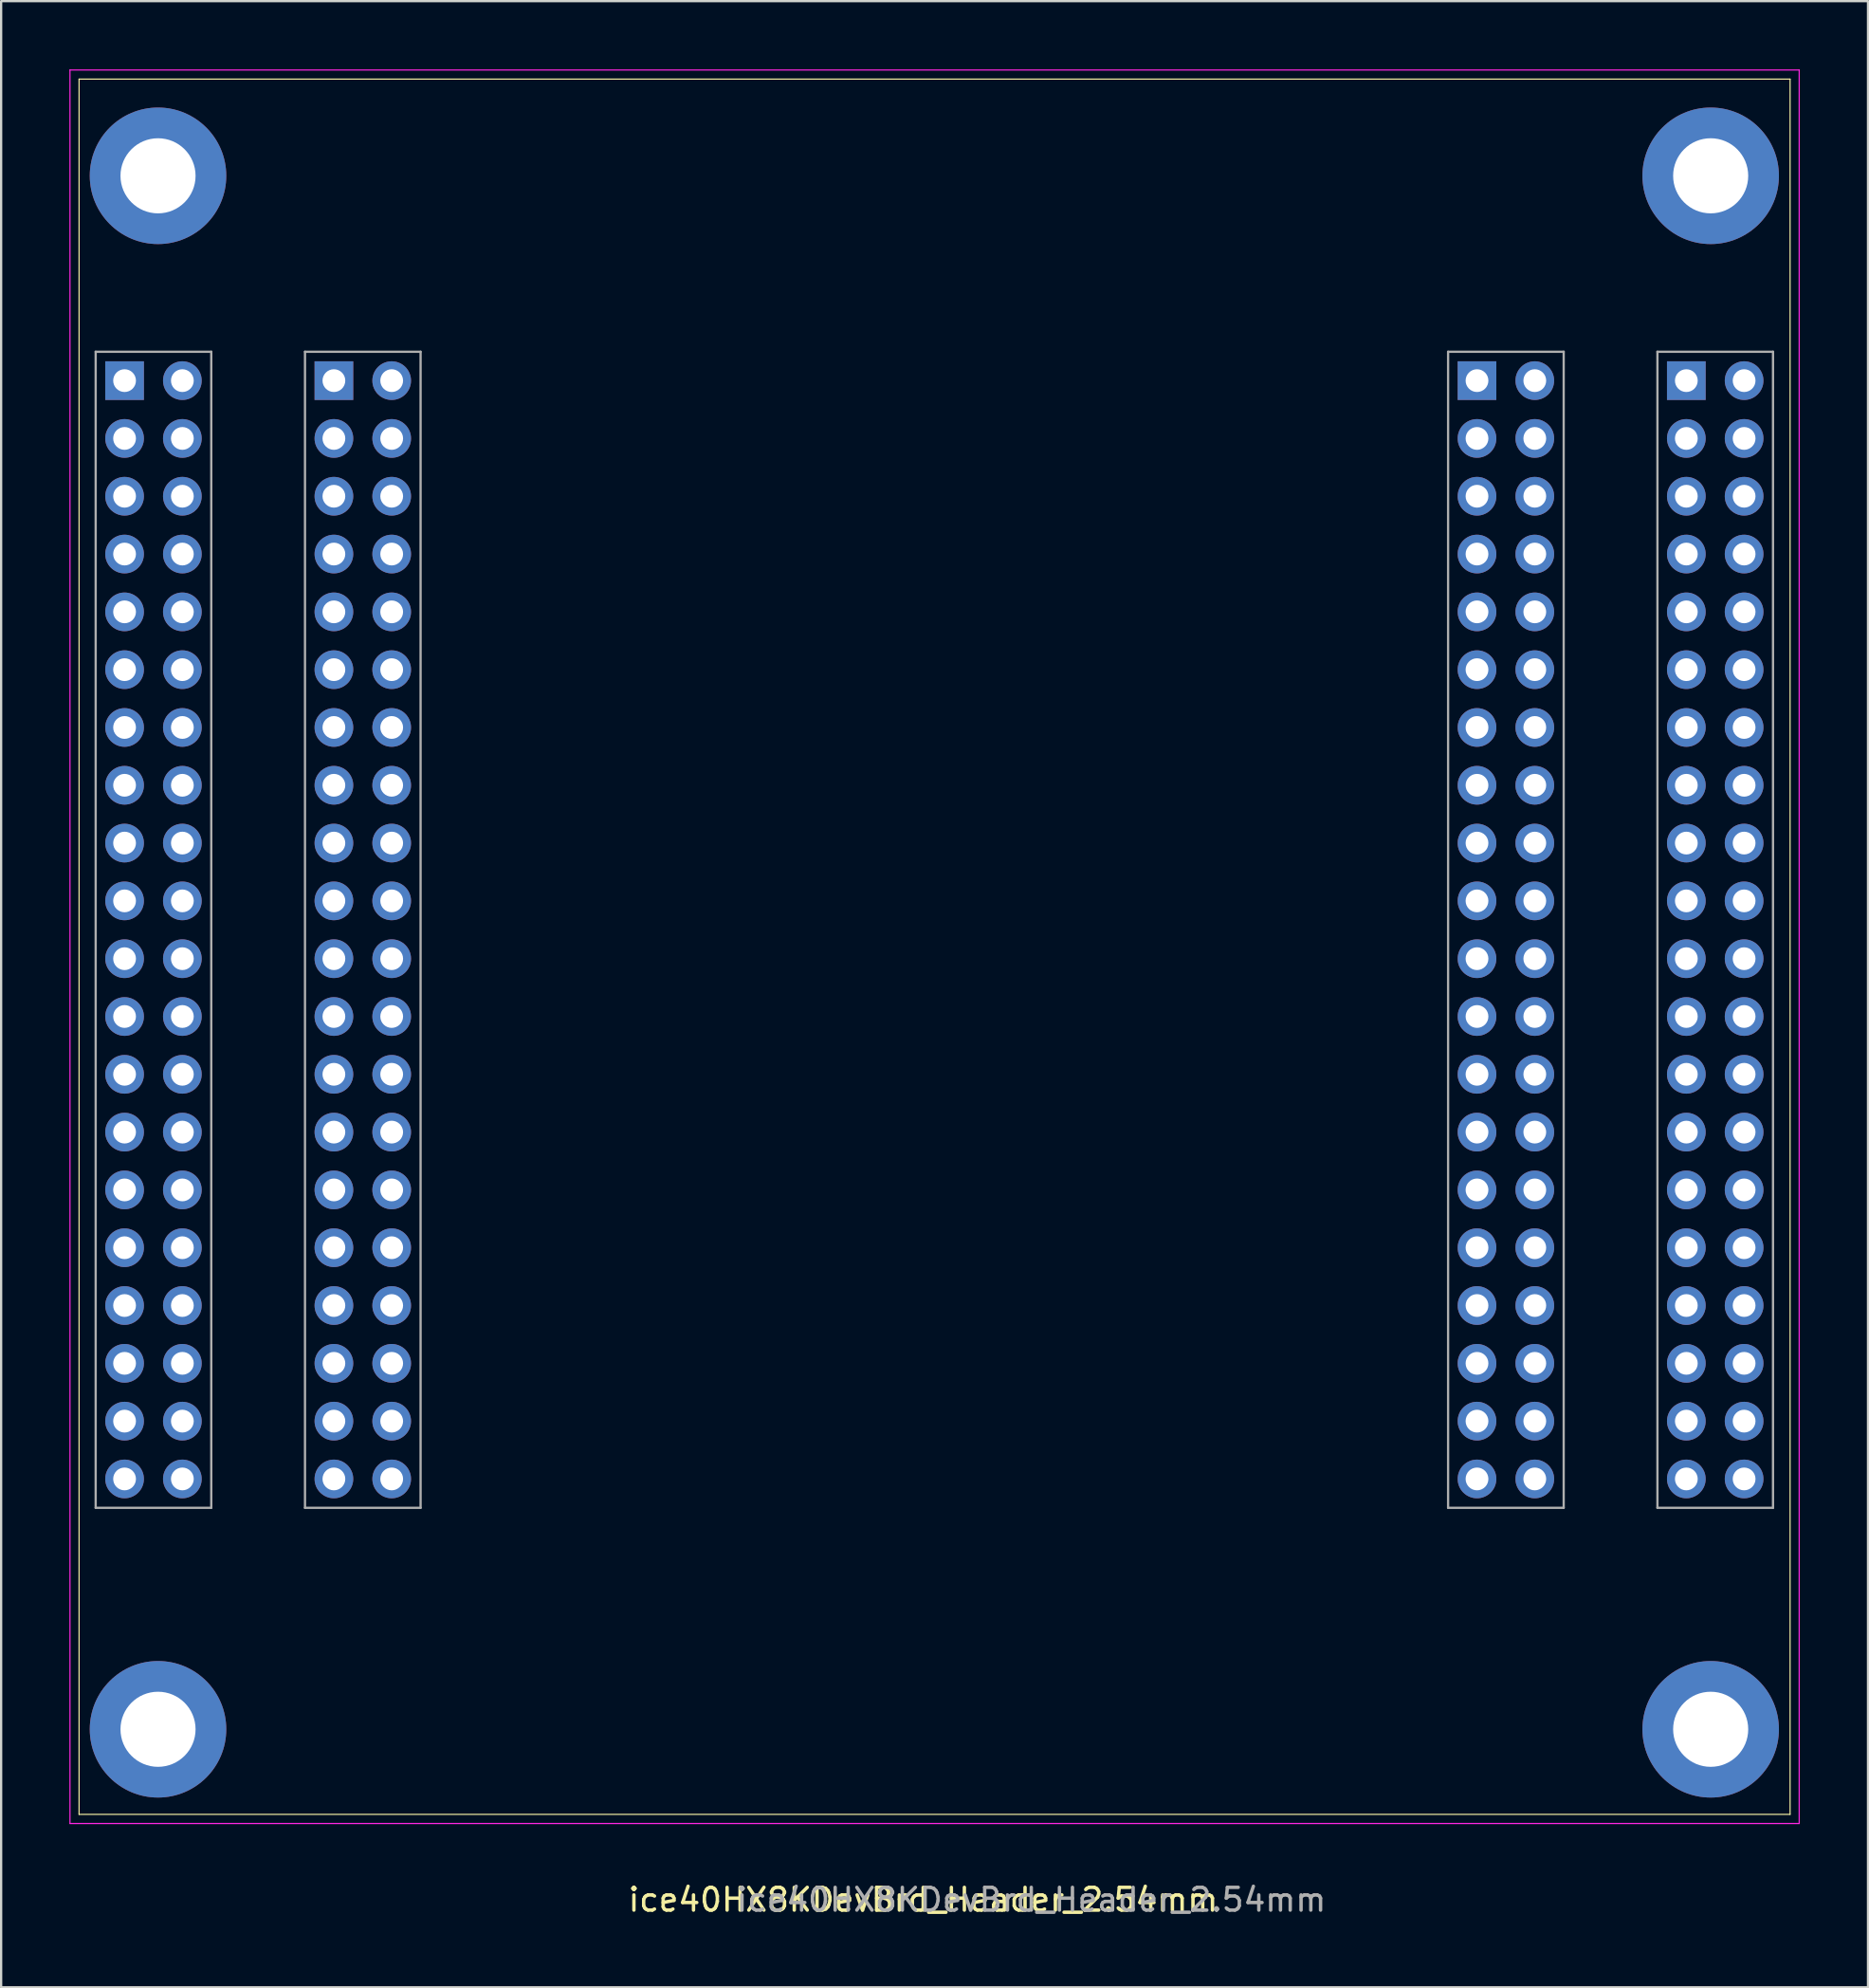
<source format=kicad_pcb>
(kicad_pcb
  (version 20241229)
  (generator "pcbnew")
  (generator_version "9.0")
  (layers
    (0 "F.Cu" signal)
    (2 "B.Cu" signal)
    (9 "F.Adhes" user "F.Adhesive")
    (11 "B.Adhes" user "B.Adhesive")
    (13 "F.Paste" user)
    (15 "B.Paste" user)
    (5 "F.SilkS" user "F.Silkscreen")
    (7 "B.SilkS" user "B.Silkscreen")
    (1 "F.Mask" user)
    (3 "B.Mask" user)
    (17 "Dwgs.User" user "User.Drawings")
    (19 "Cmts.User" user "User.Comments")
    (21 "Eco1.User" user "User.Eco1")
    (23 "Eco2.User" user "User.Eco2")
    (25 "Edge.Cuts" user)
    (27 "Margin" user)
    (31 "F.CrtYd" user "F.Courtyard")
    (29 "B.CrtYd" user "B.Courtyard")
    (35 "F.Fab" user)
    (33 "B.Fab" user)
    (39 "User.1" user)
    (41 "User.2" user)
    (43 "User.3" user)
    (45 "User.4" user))
  (footprint "ice40HX8KDevBrd_Header_2.54mm"
    (layer "F.Cu")
    (at 11.625 13.675)
    (property "Reference" "ice40HX8KDevBrd_Header_2.54mm" (at 25.9 66.75 0) (layer "F.SilkS") (effects (font (size 1 1) (thickness 0.15))))
    (attr through_hole)
    (fp_line (start -11.2 -13.25) (end -11.2 63) (stroke (width 0.05) (type solid)) (layer "F.SilkS"))
    (fp_line (start -11.2 -13.25) (end 64 -13.25) (stroke (width 0.05) (type solid)) (layer "F.SilkS"))
    (fp_line (start 64 -13.25) (end 64 63) (stroke (width 0.05) (type solid)) (layer "F.SilkS"))
    (fp_line (start 64 63) (end -11.2 63) (stroke (width 0.05) (type solid)) (layer "F.SilkS"))
    (fp_line (start -11.6 -13.65) (end -11.6 63.4) (stroke (width 0.05) (type solid)) (layer "F.CrtYd"))
    (fp_line (start -11.6 -13.65) (end 64.4 -13.65) (stroke (width 0.05) (type solid)) (layer "F.CrtYd"))
    (fp_line (start -11.6 63.4) (end 64.4 63.4) (stroke (width 0.05) (type solid)) (layer "F.CrtYd"))
    (fp_line (start 64.4 63.4) (end 64.4 -13.65) (stroke (width 0.05) (type solid)) (layer "F.CrtYd"))
    (fp_line (start -10.47 -1.27) (end -10.47 49.53) (stroke (width 0.1) (type solid)) (layer "F.Fab"))
    (fp_line (start -10.47 49.53) (end -5.39 49.53) (stroke (width 0.1) (type solid)) (layer "F.Fab"))
    (fp_line (start -5.39 -1.27) (end -10.47 -1.27) (stroke (width 0.1) (type solid)) (layer "F.Fab"))
    (fp_line (start -5.39 49.53) (end -5.39 -1.27) (stroke (width 0.1) (type solid)) (layer "F.Fab"))
    (fp_line (start -1.27 -1.27) (end -1.27 49.53) (stroke (width 0.1) (type solid)) (layer "F.Fab"))
    (fp_line (start -1.27 49.53) (end 3.81 49.53) (stroke (width 0.1) (type solid)) (layer "F.Fab"))
    (fp_line (start 3.81 -1.27) (end -1.27 -1.27) (stroke (width 0.1) (type solid)) (layer "F.Fab"))
    (fp_line (start 3.81 49.53) (end 3.81 -1.27) (stroke (width 0.1) (type solid)) (layer "F.Fab"))
    (fp_line (start 48.97 -1.27) (end 48.97 49.53) (stroke (width 0.1) (type solid)) (layer "F.Fab"))
    (fp_line (start 48.97 49.53) (end 54.05 49.53) (stroke (width 0.1) (type solid)) (layer "F.Fab"))
    (fp_line (start 54.05 -1.27) (end 48.97 -1.27) (stroke (width 0.1) (type solid)) (layer "F.Fab"))
    (fp_line (start 54.05 49.53) (end 54.05 -1.27) (stroke (width 0.1) (type solid)) (layer "F.Fab"))
    (fp_line (start 58.17 -1.27) (end 58.17 49.53) (stroke (width 0.1) (type solid)) (layer "F.Fab"))
    (fp_line (start 58.17 49.53) (end 63.25 49.53) (stroke (width 0.1) (type solid)) (layer "F.Fab"))
    (fp_line (start 63.25 -1.27) (end 58.17 -1.27) (stroke (width 0.1) (type solid)) (layer "F.Fab"))
    (fp_line (start 63.25 49.53) (end 63.25 -1.27) (stroke (width 0.1) (type solid)) (layer "F.Fab"))
    (fp_text user "${REFERENCE}" (at 30.65 66.75 0) (layer "F.Fab") (effects (font (size 1 1) (thickness 0.15))))
    (pad "0.1" thru_hole rect (at 0 0) (size 1.7 1.7) (drill 1) (layers "*.Cu" "*.Mask"))
    (pad "0.2" thru_hole oval (at 2.54 0) (size 1.7 1.7) (drill 1) (layers "*.Cu" "*.Mask"))
    (pad "0.3" thru_hole oval (at 0 2.54) (size 1.7 1.7) (drill 1) (layers "*.Cu" "*.Mask"))
    (pad "0.4" thru_hole oval (at 2.54 2.54) (size 1.7 1.7) (drill 1) (layers "*.Cu" "*.Mask"))
    (pad "0.5" thru_hole oval (at 0 5.08) (size 1.7 1.7) (drill 1) (layers "*.Cu" "*.Mask"))
    (pad "0.6" thru_hole oval (at 2.54 5.08) (size 1.7 1.7) (drill 1) (layers "*.Cu" "*.Mask"))
    (pad "0.7" thru_hole oval (at 0 7.62) (size 1.7 1.7) (drill 1) (layers "*.Cu" "*.Mask"))
    (pad "0.8" thru_hole oval (at 2.54 7.62) (size 1.7 1.7) (drill 1) (layers "*.Cu" "*.Mask"))
    (pad "0.9" thru_hole oval (at 0 10.16) (size 1.7 1.7) (drill 1) (layers "*.Cu" "*.Mask"))
    (pad "0.10" thru_hole oval (at 2.54 10.16) (size 1.7 1.7) (drill 1) (layers "*.Cu" "*.Mask"))
    (pad "0.11" thru_hole oval (at 0 12.7) (size 1.7 1.7) (drill 1) (layers "*.Cu" "*.Mask"))
    (pad "0.12" thru_hole oval (at 2.54 12.7) (size 1.7 1.7) (drill 1) (layers "*.Cu" "*.Mask"))
    (pad "0.13" thru_hole oval (at 0 15.24) (size 1.7 1.7) (drill 1) (layers "*.Cu" "*.Mask"))
    (pad "0.14" thru_hole oval (at 2.54 15.24) (size 1.7 1.7) (drill 1) (layers "*.Cu" "*.Mask"))
    (pad "0.15" thru_hole oval (at 0 17.78) (size 1.7 1.7) (drill 1) (layers "*.Cu" "*.Mask"))
    (pad "0.16" thru_hole oval (at 2.54 17.78) (size 1.7 1.7) (drill 1) (layers "*.Cu" "*.Mask"))
    (pad "0.17" thru_hole oval (at 0 20.32) (size 1.7 1.7) (drill 1) (layers "*.Cu" "*.Mask"))
    (pad "0.18" thru_hole oval (at 2.54 20.32) (size 1.7 1.7) (drill 1) (layers "*.Cu" "*.Mask"))
    (pad "0.19" thru_hole oval (at 0 22.86) (size 1.7 1.7) (drill 1) (layers "*.Cu" "*.Mask"))
    (pad "0.20" thru_hole oval (at 2.54 22.86) (size 1.7 1.7) (drill 1) (layers "*.Cu" "*.Mask"))
    (pad "0.21" thru_hole oval (at 0 25.4) (size 1.7 1.7) (drill 1) (layers "*.Cu" "*.Mask"))
    (pad "0.22" thru_hole oval (at 2.54 25.4) (size 1.7 1.7) (drill 1) (layers "*.Cu" "*.Mask"))
    (pad "0.23" thru_hole oval (at 0 27.94) (size 1.7 1.7) (drill 1) (layers "*.Cu" "*.Mask"))
    (pad "0.24" thru_hole oval (at 2.54 27.94) (size 1.7 1.7) (drill 1) (layers "*.Cu" "*.Mask"))
    (pad "0.25" thru_hole oval (at 0 30.48) (size 1.7 1.7) (drill 1) (layers "*.Cu" "*.Mask"))
    (pad "0.26" thru_hole oval (at 2.54 30.48) (size 1.7 1.7) (drill 1) (layers "*.Cu" "*.Mask"))
    (pad "0.27" thru_hole oval (at 0 33.02) (size 1.7 1.7) (drill 1) (layers "*.Cu" "*.Mask"))
    (pad "0.28" thru_hole oval (at 2.54 33.02) (size 1.7 1.7) (drill 1) (layers "*.Cu" "*.Mask"))
    (pad "0.29" thru_hole oval (at 0 35.56) (size 1.7 1.7) (drill 1) (layers "*.Cu" "*.Mask"))
    (pad "0.30" thru_hole oval (at 2.54 35.56) (size 1.7 1.7) (drill 1) (layers "*.Cu" "*.Mask"))
    (pad "0.31" thru_hole oval (at 0 38.1) (size 1.7 1.7) (drill 1) (layers "*.Cu" "*.Mask"))
    (pad "0.32" thru_hole oval (at 2.54 38.1) (size 1.7 1.7) (drill 1) (layers "*.Cu" "*.Mask"))
    (pad "0.33" thru_hole oval (at 0 40.64) (size 1.7 1.7) (drill 1) (layers "*.Cu" "*.Mask"))
    (pad "0.34" thru_hole oval (at 2.54 40.64) (size 1.7 1.7) (drill 1) (layers "*.Cu" "*.Mask"))
    (pad "0.35" thru_hole oval (at 0 43.18) (size 1.7 1.7) (drill 1) (layers "*.Cu" "*.Mask"))
    (pad "0.36" thru_hole oval (at 2.54 43.18) (size 1.7 1.7) (drill 1) (layers "*.Cu" "*.Mask"))
    (pad "0.37" thru_hole oval (at 0 45.72) (size 1.7 1.7) (drill 1) (layers "*.Cu" "*.Mask"))
    (pad "0.38" thru_hole oval (at 2.54 45.72) (size 1.7 1.7) (drill 1) (layers "*.Cu" "*.Mask"))
    (pad "0.39" thru_hole oval (at 0 48.26) (size 1.7 1.7) (drill 1) (layers "*.Cu" "*.Mask"))
    (pad "0.40" thru_hole oval (at 2.54 48.26) (size 1.7 1.7) (drill 1) (layers "*.Cu" "*.Mask"))
    (pad "1.1" thru_hole rect (at -9.2 0) (size 1.7 1.7) (drill 1) (layers "*.Cu" "*.Mask"))
    (pad "1.2" thru_hole oval (at -6.66 0) (size 1.7 1.7) (drill 1) (layers "*.Cu" "*.Mask"))
    (pad "1.3" thru_hole oval (at -9.2 2.54) (size 1.7 1.7) (drill 1) (layers "*.Cu" "*.Mask"))
    (pad "1.4" thru_hole oval (at -6.66 2.54) (size 1.7 1.7) (drill 1) (layers "*.Cu" "*.Mask"))
    (pad "1.5" thru_hole oval (at -9.2 5.08) (size 1.7 1.7) (drill 1) (layers "*.Cu" "*.Mask"))
    (pad "1.6" thru_hole oval (at -6.66 5.08) (size 1.7 1.7) (drill 1) (layers "*.Cu" "*.Mask"))
    (pad "1.7" thru_hole oval (at -9.2 7.62) (size 1.7 1.7) (drill 1) (layers "*.Cu" "*.Mask"))
    (pad "1.8" thru_hole oval (at -6.66 7.62) (size 1.7 1.7) (drill 1) (layers "*.Cu" "*.Mask"))
    (pad "1.9" thru_hole oval (at -9.2 10.16) (size 1.7 1.7) (drill 1) (layers "*.Cu" "*.Mask"))
    (pad "1.10" thru_hole oval (at -6.66 10.16) (size 1.7 1.7) (drill 1) (layers "*.Cu" "*.Mask"))
    (pad "1.11" thru_hole oval (at -9.2 12.7) (size 1.7 1.7) (drill 1) (layers "*.Cu" "*.Mask"))
    (pad "1.12" thru_hole oval (at -6.66 12.7) (size 1.7 1.7) (drill 1) (layers "*.Cu" "*.Mask"))
    (pad "1.13" thru_hole oval (at -9.2 15.24) (size 1.7 1.7) (drill 1) (layers "*.Cu" "*.Mask"))
    (pad "1.14" thru_hole oval (at -6.66 15.24) (size 1.7 1.7) (drill 1) (layers "*.Cu" "*.Mask"))
    (pad "1.15" thru_hole oval (at -9.2 17.78) (size 1.7 1.7) (drill 1) (layers "*.Cu" "*.Mask"))
    (pad "1.16" thru_hole oval (at -6.66 17.78) (size 1.7 1.7) (drill 1) (layers "*.Cu" "*.Mask"))
    (pad "1.17" thru_hole oval (at -9.2 20.32) (size 1.7 1.7) (drill 1) (layers "*.Cu" "*.Mask"))
    (pad "1.18" thru_hole oval (at -6.66 20.32) (size 1.7 1.7) (drill 1) (layers "*.Cu" "*.Mask"))
    (pad "1.19" thru_hole oval (at -9.2 22.86) (size 1.7 1.7) (drill 1) (layers "*.Cu" "*.Mask"))
    (pad "1.20" thru_hole oval (at -6.66 22.86) (size 1.7 1.7) (drill 1) (layers "*.Cu" "*.Mask"))
    (pad "1.21" thru_hole oval (at -9.2 25.4) (size 1.7 1.7) (drill 1) (layers "*.Cu" "*.Mask"))
    (pad "1.22" thru_hole oval (at -6.66 25.4) (size 1.7 1.7) (drill 1) (layers "*.Cu" "*.Mask"))
    (pad "1.23" thru_hole oval (at -9.2 27.94) (size 1.7 1.7) (drill 1) (layers "*.Cu" "*.Mask"))
    (pad "1.24" thru_hole oval (at -6.66 27.94) (size 1.7 1.7) (drill 1) (layers "*.Cu" "*.Mask"))
    (pad "1.25" thru_hole oval (at -9.2 30.48) (size 1.7 1.7) (drill 1) (layers "*.Cu" "*.Mask"))
    (pad "1.26" thru_hole oval (at -6.66 30.48) (size 1.7 1.7) (drill 1) (layers "*.Cu" "*.Mask"))
    (pad "1.27" thru_hole oval (at -9.2 33.02) (size 1.7 1.7) (drill 1) (layers "*.Cu" "*.Mask"))
    (pad "1.28" thru_hole oval (at -6.66 33.02) (size 1.7 1.7) (drill 1) (layers "*.Cu" "*.Mask"))
    (pad "1.29" thru_hole oval (at -9.2 35.56) (size 1.7 1.7) (drill 1) (layers "*.Cu" "*.Mask"))
    (pad "1.30" thru_hole oval (at -6.66 35.56) (size 1.7 1.7) (drill 1) (layers "*.Cu" "*.Mask"))
    (pad "1.31" thru_hole oval (at -9.2 38.1) (size 1.7 1.7) (drill 1) (layers "*.Cu" "*.Mask"))
    (pad "1.32" thru_hole oval (at -6.66 38.1) (size 1.7 1.7) (drill 1) (layers "*.Cu" "*.Mask"))
    (pad "1.33" thru_hole oval (at -9.2 40.64) (size 1.7 1.7) (drill 1) (layers "*.Cu" "*.Mask"))
    (pad "1.34" thru_hole oval (at -6.66 40.64) (size 1.7 1.7) (drill 1) (layers "*.Cu" "*.Mask"))
    (pad "1.35" thru_hole oval (at -9.2 43.18) (size 1.7 1.7) (drill 1) (layers "*.Cu" "*.Mask"))
    (pad "1.36" thru_hole oval (at -6.66 43.18) (size 1.7 1.7) (drill 1) (layers "*.Cu" "*.Mask"))
    (pad "1.37" thru_hole oval (at -9.2 45.72) (size 1.7 1.7) (drill 1) (layers "*.Cu" "*.Mask"))
    (pad "1.38" thru_hole oval (at -6.66 45.72) (size 1.7 1.7) (drill 1) (layers "*.Cu" "*.Mask"))
    (pad "1.39" thru_hole oval (at -9.2 48.26) (size 1.7 1.7) (drill 1) (layers "*.Cu" "*.Mask"))
    (pad "1.40" thru_hole oval (at -6.66 48.26) (size 1.7 1.7) (drill 1) (layers "*.Cu" "*.Mask"))
    (pad "2.1" thru_hole rect (at 50.24 0) (size 1.7 1.7) (drill 1) (layers "*.Cu" "*.Mask"))
    (pad "2.2" thru_hole oval (at 52.78 0) (size 1.7 1.7) (drill 1) (layers "*.Cu" "*.Mask"))
    (pad "2.3" thru_hole oval (at 50.24 2.54) (size 1.7 1.7) (drill 1) (layers "*.Cu" "*.Mask"))
    (pad "2.4" thru_hole oval (at 52.78 2.54) (size 1.7 1.7) (drill 1) (layers "*.Cu" "*.Mask"))
    (pad "2.5" thru_hole oval (at 50.24 5.08) (size 1.7 1.7) (drill 1) (layers "*.Cu" "*.Mask"))
    (pad "2.6" thru_hole oval (at 52.78 5.08) (size 1.7 1.7) (drill 1) (layers "*.Cu" "*.Mask"))
    (pad "2.7" thru_hole oval (at 50.24 7.62) (size 1.7 1.7) (drill 1) (layers "*.Cu" "*.Mask"))
    (pad "2.8" thru_hole oval (at 52.78 7.62) (size 1.7 1.7) (drill 1) (layers "*.Cu" "*.Mask"))
    (pad "2.9" thru_hole oval (at 50.24 10.16) (size 1.7 1.7) (drill 1) (layers "*.Cu" "*.Mask"))
    (pad "2.10" thru_hole oval (at 52.78 10.16) (size 1.7 1.7) (drill 1) (layers "*.Cu" "*.Mask"))
    (pad "2.11" thru_hole oval (at 50.24 12.7) (size 1.7 1.7) (drill 1) (layers "*.Cu" "*.Mask"))
    (pad "2.12" thru_hole oval (at 52.78 12.7) (size 1.7 1.7) (drill 1) (layers "*.Cu" "*.Mask"))
    (pad "2.13" thru_hole oval (at 50.24 15.24) (size 1.7 1.7) (drill 1) (layers "*.Cu" "*.Mask"))
    (pad "2.14" thru_hole oval (at 52.78 15.24) (size 1.7 1.7) (drill 1) (layers "*.Cu" "*.Mask"))
    (pad "2.15" thru_hole oval (at 50.24 17.78) (size 1.7 1.7) (drill 1) (layers "*.Cu" "*.Mask"))
    (pad "2.16" thru_hole oval (at 52.78 17.78) (size 1.7 1.7) (drill 1) (layers "*.Cu" "*.Mask"))
    (pad "2.17" thru_hole oval (at 50.24 20.32) (size 1.7 1.7) (drill 1) (layers "*.Cu" "*.Mask"))
    (pad "2.18" thru_hole oval (at 52.78 20.32) (size 1.7 1.7) (drill 1) (layers "*.Cu" "*.Mask"))
    (pad "2.19" thru_hole oval (at 50.24 22.86) (size 1.7 1.7) (drill 1) (layers "*.Cu" "*.Mask"))
    (pad "2.20" thru_hole oval (at 52.78 22.86) (size 1.7 1.7) (drill 1) (layers "*.Cu" "*.Mask"))
    (pad "2.21" thru_hole oval (at 50.24 25.4) (size 1.7 1.7) (drill 1) (layers "*.Cu" "*.Mask"))
    (pad "2.22" thru_hole oval (at 52.78 25.4) (size 1.7 1.7) (drill 1) (layers "*.Cu" "*.Mask"))
    (pad "2.23" thru_hole oval (at 50.24 27.94) (size 1.7 1.7) (drill 1) (layers "*.Cu" "*.Mask"))
    (pad "2.24" thru_hole oval (at 52.78 27.94) (size 1.7 1.7) (drill 1) (layers "*.Cu" "*.Mask"))
    (pad "2.25" thru_hole oval (at 50.24 30.48) (size 1.7 1.7) (drill 1) (layers "*.Cu" "*.Mask"))
    (pad "2.26" thru_hole oval (at 52.78 30.48) (size 1.7 1.7) (drill 1) (layers "*.Cu" "*.Mask"))
    (pad "2.27" thru_hole oval (at 50.24 33.02) (size 1.7 1.7) (drill 1) (layers "*.Cu" "*.Mask"))
    (pad "2.28" thru_hole oval (at 52.78 33.02) (size 1.7 1.7) (drill 1) (layers "*.Cu" "*.Mask"))
    (pad "2.29" thru_hole oval (at 50.24 35.56) (size 1.7 1.7) (drill 1) (layers "*.Cu" "*.Mask"))
    (pad "2.30" thru_hole oval (at 52.78 35.56) (size 1.7 1.7) (drill 1) (layers "*.Cu" "*.Mask"))
    (pad "2.31" thru_hole oval (at 50.24 38.1) (size 1.7 1.7) (drill 1) (layers "*.Cu" "*.Mask"))
    (pad "2.32" thru_hole oval (at 52.78 38.1) (size 1.7 1.7) (drill 1) (layers "*.Cu" "*.Mask"))
    (pad "2.33" thru_hole oval (at 50.24 40.64) (size 1.7 1.7) (drill 1) (layers "*.Cu" "*.Mask"))
    (pad "2.34" thru_hole oval (at 52.78 40.64) (size 1.7 1.7) (drill 1) (layers "*.Cu" "*.Mask"))
    (pad "2.35" thru_hole oval (at 50.24 43.18) (size 1.7 1.7) (drill 1) (layers "*.Cu" "*.Mask"))
    (pad "2.36" thru_hole oval (at 52.78 43.18) (size 1.7 1.7) (drill 1) (layers "*.Cu" "*.Mask"))
    (pad "2.37" thru_hole oval (at 50.24 45.72) (size 1.7 1.7) (drill 1) (layers "*.Cu" "*.Mask"))
    (pad "2.38" thru_hole oval (at 52.78 45.72) (size 1.7 1.7) (drill 1) (layers "*.Cu" "*.Mask"))
    (pad "2.39" thru_hole oval (at 50.24 48.26) (size 1.7 1.7) (drill 1) (layers "*.Cu" "*.Mask"))
    (pad "2.40" thru_hole oval (at 52.78 48.26) (size 1.7 1.7) (drill 1) (layers "*.Cu" "*.Mask"))
    (pad "3.1" thru_hole rect (at 59.44 0) (size 1.7 1.7) (drill 1) (layers "*.Cu" "*.Mask"))
    (pad "3.2" thru_hole oval (at 61.98 0) (size 1.7 1.7) (drill 1) (layers "*.Cu" "*.Mask"))
    (pad "3.3" thru_hole oval (at 59.44 2.54) (size 1.7 1.7) (drill 1) (layers "*.Cu" "*.Mask"))
    (pad "3.4" thru_hole oval (at 61.98 2.54) (size 1.7 1.7) (drill 1) (layers "*.Cu" "*.Mask"))
    (pad "3.5" thru_hole oval (at 59.44 5.08) (size 1.7 1.7) (drill 1) (layers "*.Cu" "*.Mask"))
    (pad "3.6" thru_hole oval (at 61.98 5.08) (size 1.7 1.7) (drill 1) (layers "*.Cu" "*.Mask"))
    (pad "3.7" thru_hole oval (at 59.44 7.62) (size 1.7 1.7) (drill 1) (layers "*.Cu" "*.Mask"))
    (pad "3.8" thru_hole oval (at 61.98 7.62) (size 1.7 1.7) (drill 1) (layers "*.Cu" "*.Mask"))
    (pad "3.9" thru_hole oval (at 59.44 10.16) (size 1.7 1.7) (drill 1) (layers "*.Cu" "*.Mask"))
    (pad "3.10" thru_hole oval (at 61.98 10.16) (size 1.7 1.7) (drill 1) (layers "*.Cu" "*.Mask"))
    (pad "3.11" thru_hole oval (at 59.44 12.7) (size 1.7 1.7) (drill 1) (layers "*.Cu" "*.Mask"))
    (pad "3.12" thru_hole oval (at 61.98 12.7) (size 1.7 1.7) (drill 1) (layers "*.Cu" "*.Mask"))
    (pad "3.13" thru_hole oval (at 59.44 15.24) (size 1.7 1.7) (drill 1) (layers "*.Cu" "*.Mask"))
    (pad "3.14" thru_hole oval (at 61.98 15.24) (size 1.7 1.7) (drill 1) (layers "*.Cu" "*.Mask"))
    (pad "3.15" thru_hole oval (at 59.44 17.78) (size 1.7 1.7) (drill 1) (layers "*.Cu" "*.Mask"))
    (pad "3.16" thru_hole oval (at 61.98 17.78) (size 1.7 1.7) (drill 1) (layers "*.Cu" "*.Mask"))
    (pad "3.17" thru_hole oval (at 59.44 20.32) (size 1.7 1.7) (drill 1) (layers "*.Cu" "*.Mask"))
    (pad "3.18" thru_hole oval (at 61.98 20.32) (size 1.7 1.7) (drill 1) (layers "*.Cu" "*.Mask"))
    (pad "3.19" thru_hole oval (at 59.44 22.86) (size 1.7 1.7) (drill 1) (layers "*.Cu" "*.Mask"))
    (pad "3.20" thru_hole oval (at 61.98 22.86) (size 1.7 1.7) (drill 1) (layers "*.Cu" "*.Mask"))
    (pad "3.21" thru_hole oval (at 59.44 25.4) (size 1.7 1.7) (drill 1) (layers "*.Cu" "*.Mask"))
    (pad "3.22" thru_hole oval (at 61.98 25.4) (size 1.7 1.7) (drill 1) (layers "*.Cu" "*.Mask"))
    (pad "3.23" thru_hole oval (at 59.44 27.94) (size 1.7 1.7) (drill 1) (layers "*.Cu" "*.Mask"))
    (pad "3.24" thru_hole oval (at 61.98 27.94) (size 1.7 1.7) (drill 1) (layers "*.Cu" "*.Mask"))
    (pad "3.25" thru_hole oval (at 59.44 30.48) (size 1.7 1.7) (drill 1) (layers "*.Cu" "*.Mask"))
    (pad "3.26" thru_hole oval (at 61.98 30.48) (size 1.7 1.7) (drill 1) (layers "*.Cu" "*.Mask"))
    (pad "3.27" thru_hole oval (at 59.44 33.02) (size 1.7 1.7) (drill 1) (layers "*.Cu" "*.Mask"))
    (pad "3.28" thru_hole oval (at 61.98 33.02) (size 1.7 1.7) (drill 1) (layers "*.Cu" "*.Mask"))
    (pad "3.29" thru_hole oval (at 59.44 35.56) (size 1.7 1.7) (drill 1) (layers "*.Cu" "*.Mask"))
    (pad "3.30" thru_hole oval (at 61.98 35.56) (size 1.7 1.7) (drill 1) (layers "*.Cu" "*.Mask"))
    (pad "3.31" thru_hole oval (at 59.44 38.1) (size 1.7 1.7) (drill 1) (layers "*.Cu" "*.Mask"))
    (pad "3.32" thru_hole oval (at 61.98 38.1) (size 1.7 1.7) (drill 1) (layers "*.Cu" "*.Mask"))
    (pad "3.33" thru_hole oval (at 59.44 40.64) (size 1.7 1.7) (drill 1) (layers "*.Cu" "*.Mask"))
    (pad "3.34" thru_hole oval (at 61.98 40.64) (size 1.7 1.7) (drill 1) (layers "*.Cu" "*.Mask"))
    (pad "3.35" thru_hole oval (at 59.44 43.18) (size 1.7 1.7) (drill 1) (layers "*.Cu" "*.Mask"))
    (pad "3.36" thru_hole oval (at 61.98 43.18) (size 1.7 1.7) (drill 1) (layers "*.Cu" "*.Mask"))
    (pad "3.37" thru_hole oval (at 59.44 45.72) (size 1.7 1.7) (drill 1) (layers "*.Cu" "*.Mask"))
    (pad "3.38" thru_hole oval (at 61.98 45.72) (size 1.7 1.7) (drill 1) (layers "*.Cu" "*.Mask"))
    (pad "3.39" thru_hole oval (at 59.44 48.26) (size 1.7 1.7) (drill 1) (layers "*.Cu" "*.Mask"))
    (pad "3.40" thru_hole oval (at 61.98 48.26) (size 1.7 1.7) (drill 1) (layers "*.Cu" "*.Mask"))
    (pad "GND" thru_hole circle (at -7.73 -9) (size 6 6) (drill 3.3) (layers "*.Cu" "*.Mask"))
    (pad "GND" thru_hole circle (at -7.73 59.26) (size 6 6) (drill 3.3) (layers "*.Cu" "*.Mask"))
    (pad "GND" thru_hole circle (at 60.51 -9) (size 6 6) (drill 3.3) (layers "*.Cu" "*.Mask"))
    (pad "GND" thru_hole circle (at 60.51 59.26) (size 6 6) (drill 3.3) (layers "*.Cu" "*.Mask")))
  (gr_rect
    (start -3 -3)
    (end 79.05 84.273)
    (stroke (width 0.1) (type default))
    (fill no)
    (layer "Edge.Cuts")))
</source>
